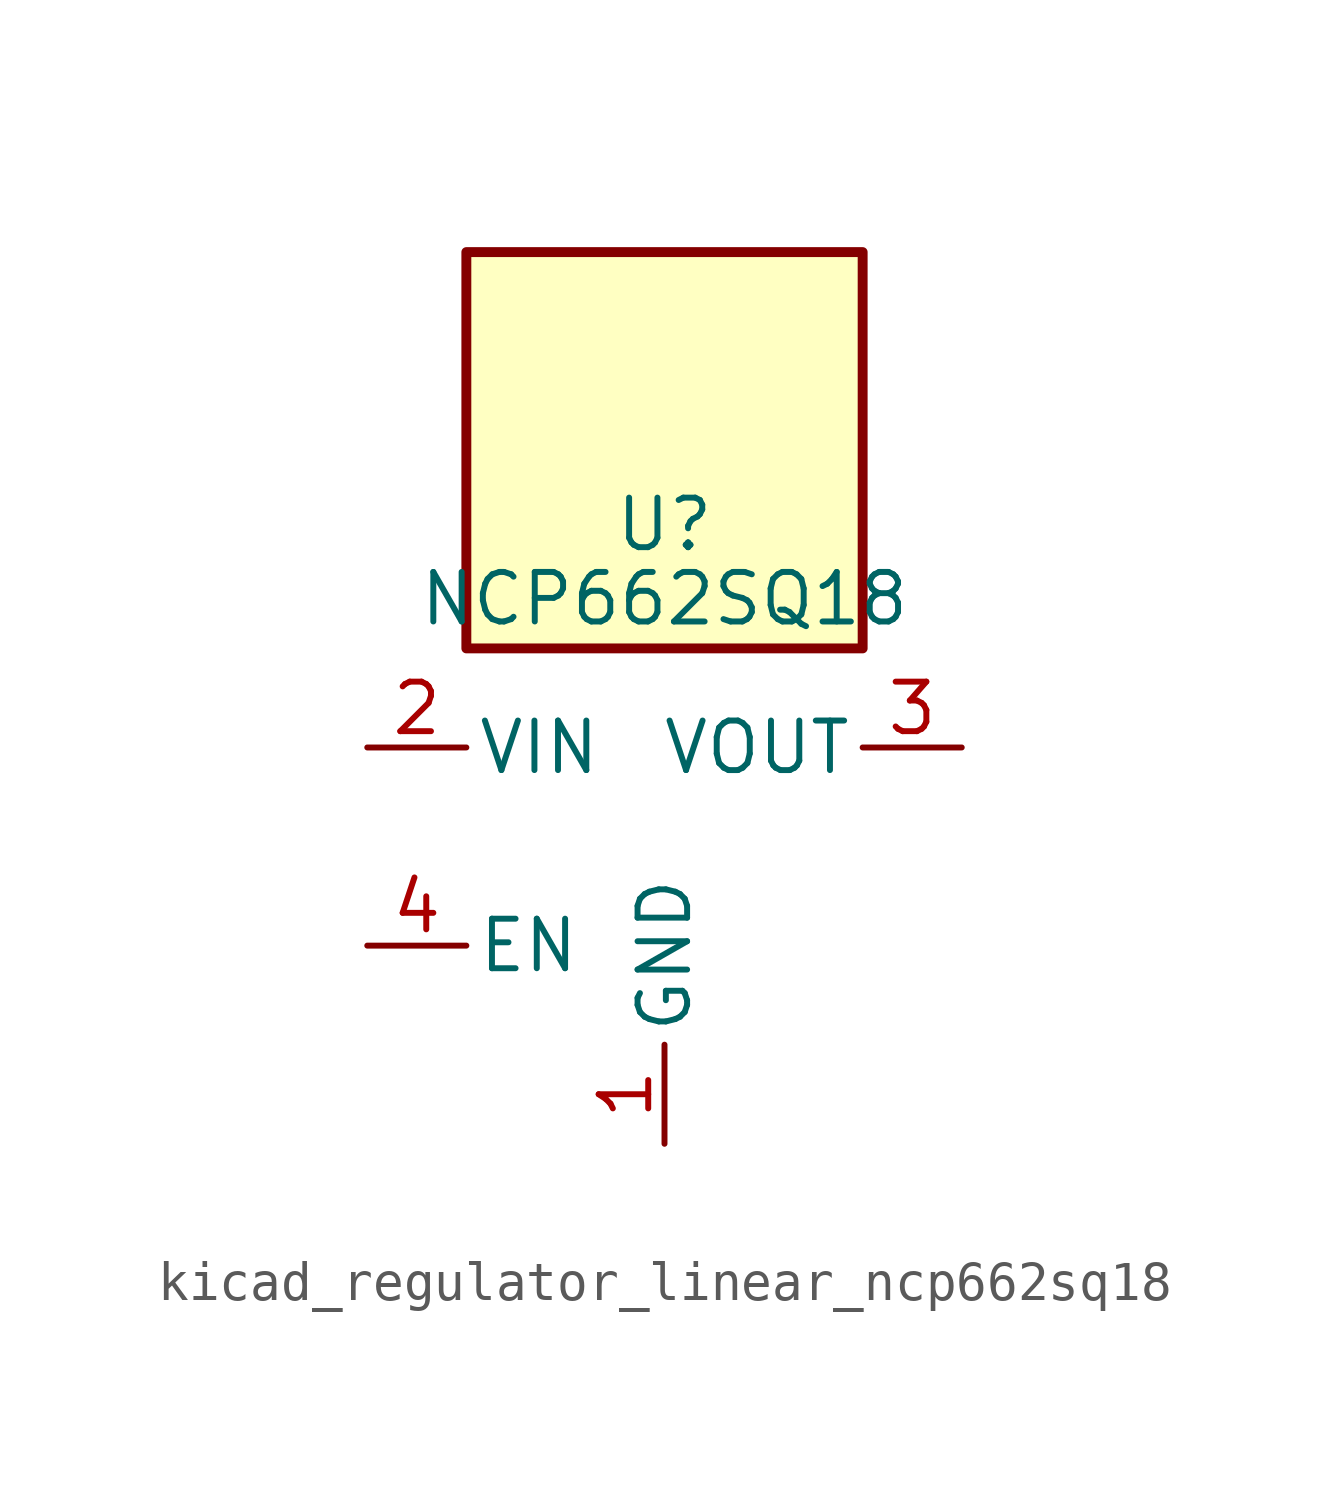
<source format=kicad_sym>
(kicad_symbol_lib
  (version 20220914)
  (generator kicad_symbol_editor)
  (symbol "kicad_regulator_linear_ncp662sq18"
    (pin_names
      (offset 0.254))
    (property "Reference" "U"
      (at 0 8.255 0)
      (effects (font (size 1.27 1.27))))
    (property "Value" "NCP662SQ18"
      (at 0 6.35 0)
      (effects (font (size 1.27 1.27))))
    (symbol "kicad_regulator_linear_ncp662sq18_0_1"
      (rectangle (start 5.08 15.24) (end -5.08 5.08) (stroke (width 0.254) (type default)) (fill (type background))))
    (symbol "kicad_regulator_linear_ncp662sq18_1_1"
      (pin power_in line (at 0 -7.62 90) (length 2.54) (name "GND" (effects (font (size 1.27 1.27)))) (number "1" (effects (font (size 1.27 1.27)))))
      (pin power_in line (at -7.62 2.54 0) (length 2.54) (name "VIN" (effects (font (size 1.27 1.27)))) (number "2" (effects (font (size 1.27 1.27)))))
      (pin power_out line (at 7.62 2.54 180) (length 2.54) (name "VOUT" (effects (font (size 1.27 1.27)))) (number "3" (effects (font (size 1.27 1.27)))))
      (pin input line (at -7.62 -2.54 0) (length 2.54) (name "EN" (effects (font (size 1.27 1.27)))) (number "4" (effects (font (size 1.27 1.27))))))))
</source>
